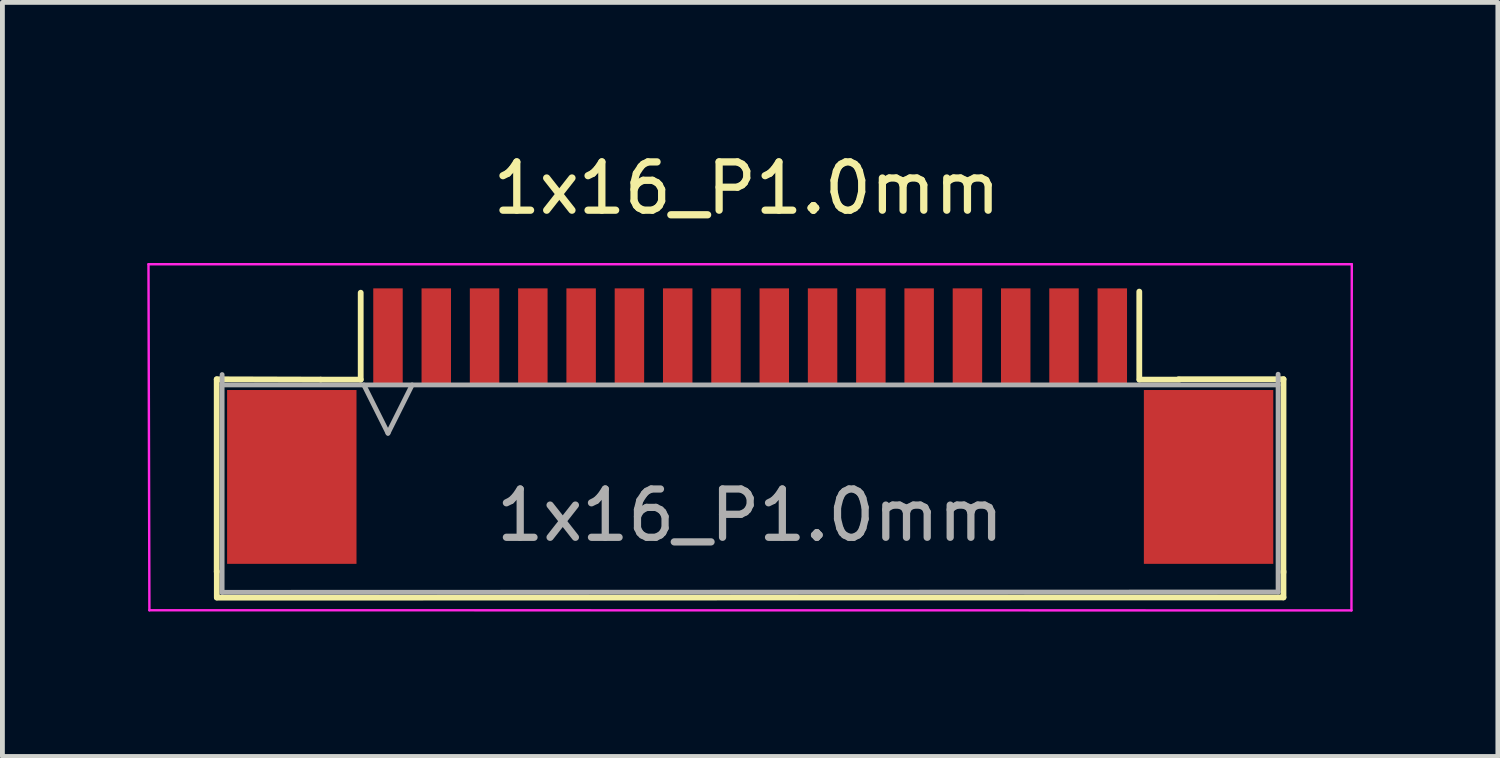
<source format=kicad_pcb>
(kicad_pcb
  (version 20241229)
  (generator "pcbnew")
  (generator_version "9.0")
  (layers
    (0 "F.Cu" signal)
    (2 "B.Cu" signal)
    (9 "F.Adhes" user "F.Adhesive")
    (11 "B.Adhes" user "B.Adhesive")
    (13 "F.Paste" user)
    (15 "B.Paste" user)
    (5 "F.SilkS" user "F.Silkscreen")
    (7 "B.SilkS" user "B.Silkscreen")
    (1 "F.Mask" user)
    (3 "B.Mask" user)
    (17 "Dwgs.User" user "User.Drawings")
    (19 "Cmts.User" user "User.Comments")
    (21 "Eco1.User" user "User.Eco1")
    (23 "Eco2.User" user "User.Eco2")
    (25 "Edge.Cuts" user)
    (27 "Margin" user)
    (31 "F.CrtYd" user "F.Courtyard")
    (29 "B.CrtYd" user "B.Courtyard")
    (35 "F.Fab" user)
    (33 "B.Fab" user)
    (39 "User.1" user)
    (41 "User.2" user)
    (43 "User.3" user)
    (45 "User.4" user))
  (footprint "1x16_P1.0mm"
    (layer "F.Cu")
    (at 12.505 6.586)
    (property "Reference" "1x16_P1.0mm" (at -0.091 -5.738 0) (layer "F.SilkS") (effects (font (size 1 1) (thickness 0.15))))
    (attr through_hole)
    (fp_line (start -11.067 -1.781) (end -11.067 2.205) (stroke (width 0.12) (type solid)) (layer "F.SilkS"))
    (fp_line (start -11.065 2.736) (end -11.065 2.196) (stroke (width 0.12) (type solid)) (layer "F.SilkS"))
    (fp_line (start -8.918 -1.775) (end -11.067 -1.781) (stroke (width 0.12) (type solid)) (layer "F.SilkS"))
    (fp_line (start -8.91 -1.774) (end -8.085 -1.774) (stroke (width 0.12) (type solid)) (layer "F.SilkS"))
    (fp_line (start -8.085 -1.774) (end -8.085 -3.574) (stroke (width 0.12) (type solid)) (layer "F.SilkS"))
    (fp_line (start 8.039 -1.775) (end 8.039 -3.597) (stroke (width 0.12) (type solid)) (layer "F.SilkS"))
    (fp_line (start 8.045 -1.774) (end 8.87 -1.774) (stroke (width 0.12) (type solid)) (layer "F.SilkS"))
    (fp_line (start 8.854 -1.783) (end 11.026 -1.783) (stroke (width 0.12) (type solid)) (layer "F.SilkS"))
    (fp_line (start 11.025 2.196) (end 11.025 2.736) (stroke (width 0.12) (type solid)) (layer "F.SilkS"))
    (fp_line (start 11.025 2.736) (end -11.064 2.741) (stroke (width 0.12) (type solid)) (layer "F.SilkS"))
    (fp_line (start 11.026 -1.783) (end 11.024 2.22) (stroke (width 0.12) (type solid)) (layer "F.SilkS"))
    (fp_line (start -12.48 -4.164) (end -12.461 3.002) (stroke (width 0.05) (type solid)) (layer "F.CrtYd"))
    (fp_line (start -12.461 3.002) (end 12.433 3.005) (stroke (width 0.05) (type solid)) (layer "F.CrtYd"))
    (fp_line (start 12.433 3.005) (end 12.44 -4.164) (stroke (width 0.05) (type solid)) (layer "F.CrtYd"))
    (fp_line (start 12.44 -4.164) (end -12.48 -4.164) (stroke (width 0.05) (type solid)) (layer "F.CrtYd"))
    (fp_line (start -10.955 -1.664) (end 10.915 -1.664) (stroke (width 0.1) (type solid)) (layer "F.Fab"))
    (fp_line (start -10.955 2.631) (end -10.955 -1.879) (stroke (width 0.1) (type solid)) (layer "F.Fab"))
    (fp_line (start -8.02 -1.664) (end -7.52 -0.664) (stroke (width 0.1) (type solid)) (layer "F.Fab"))
    (fp_line (start -7.52 -0.664) (end -7.02 -1.664) (stroke (width 0.1) (type solid)) (layer "F.Fab"))
    (fp_line (start 10.914 -1.886) (end 10.914 2.624) (stroke (width 0.1) (type solid)) (layer "F.Fab"))
    (fp_line (start 10.914 2.624) (end -10.955 2.631) (stroke (width 0.1) (type solid)) (layer "F.Fab"))
    (fp_text user "${REFERENCE}" (at -0.02 1.036 0) (layer "F.Fab") (effects (font (size 1 1) (thickness 0.15))))
    (pad "1" smd rect (at -7.52 -2.664) (size 0.61 2) (layers "F.Cu" "F.Mask" "F.Paste"))
    (pad "2" smd rect (at -6.52 -2.664) (size 0.61 2) (layers "F.Cu" "F.Mask" "F.Paste"))
    (pad "3" smd rect (at -5.52 -2.664) (size 0.61 2) (layers "F.Cu" "F.Mask" "F.Paste"))
    (pad "4" smd rect (at -4.52 -2.664) (size 0.61 2) (layers "F.Cu" "F.Mask" "F.Paste"))
    (pad "5" smd rect (at -3.52 -2.664) (size 0.61 2) (layers "F.Cu" "F.Mask" "F.Paste"))
    (pad "6" smd rect (at -2.52 -2.664) (size 0.61 2) (layers "F.Cu" "F.Mask" "F.Paste"))
    (pad "7" smd rect (at -1.52 -2.664) (size 0.61 2) (layers "F.Cu" "F.Mask" "F.Paste"))
    (pad "8" smd rect (at -0.52 -2.664) (size 0.61 2) (layers "F.Cu" "F.Mask" "F.Paste"))
    (pad "9" smd rect (at 0.48 -2.664) (size 0.61 2) (layers "F.Cu" "F.Mask" "F.Paste"))
    (pad "10" smd rect (at 1.48 -2.664) (size 0.61 2) (layers "F.Cu" "F.Mask" "F.Paste"))
    (pad "11" smd rect (at 2.48 -2.664) (size 0.61 2) (layers "F.Cu" "F.Mask" "F.Paste"))
    (pad "12" smd rect (at 3.48 -2.664) (size 0.61 2) (layers "F.Cu" "F.Mask" "F.Paste"))
    (pad "13" smd rect (at 4.48 -2.664) (size 0.61 2) (layers "F.Cu" "F.Mask" "F.Paste"))
    (pad "14" smd rect (at 5.48 -2.664) (size 0.61 2) (layers "F.Cu" "F.Mask" "F.Paste"))
    (pad "15" smd rect (at 6.48 -2.664) (size 0.61 2) (layers "F.Cu" "F.Mask" "F.Paste"))
    (pad "16" smd rect (at 7.48 -2.664) (size 0.61 2) (layers "F.Cu" "F.Mask" "F.Paste"))
    (pad "17" smd rect (at -9.512 0.241) (size 2.68 3.6) (layers "F.Cu" "F.Mask" "F.Paste"))
    (pad "18" smd rect (at 9.474 0.241) (size 2.68 3.6) (layers "F.Cu" "F.Mask" "F.Paste")))
  (gr_rect
    (start -3 -3)
    (end 27.97 12.616)
    (stroke (width 0.1) (type default))
    (fill no)
    (layer "Edge.Cuts")))
</source>
